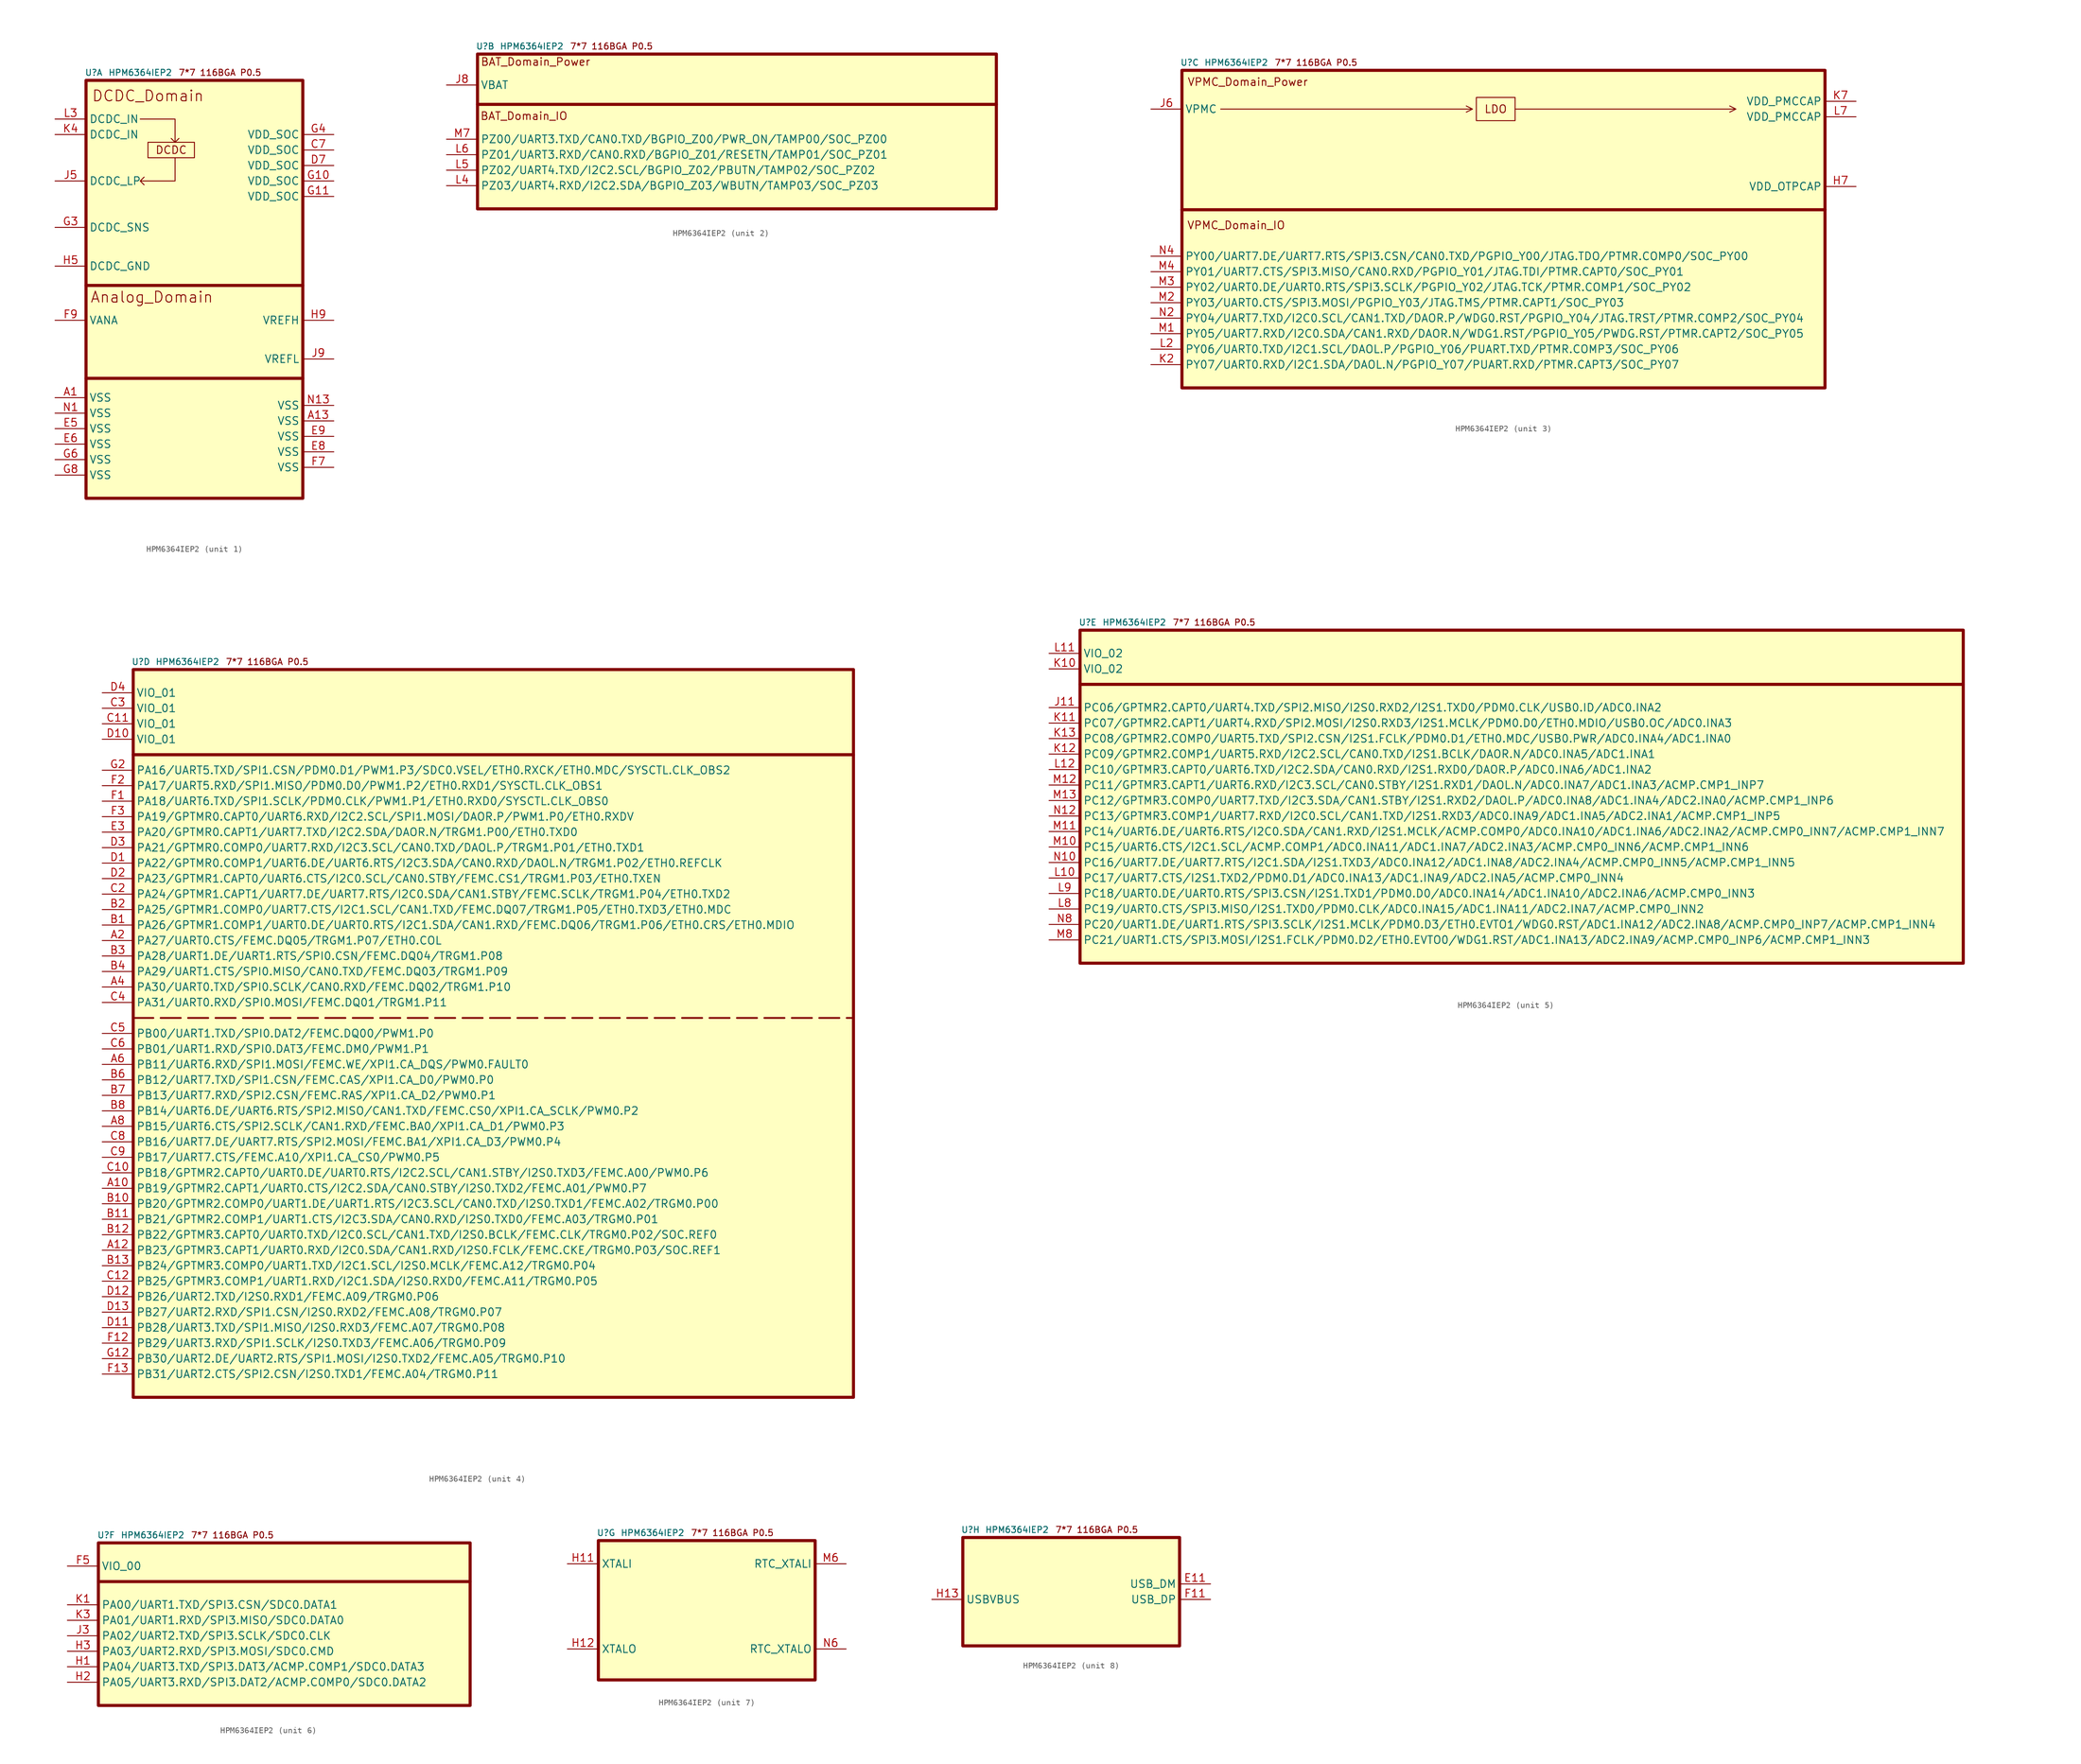
<source format=kicad_sym>
(kicad_symbol_lib
  (version 20220914)
  (generator kicad_symbol_editor)
  (symbol "HPM6364IEP2"
    (property "Reference" "U"
      (at 1.27 1.27 0)
      (effects (font (size 1 1))))
    (property "Value" "HPM6364IEP2"
      (at 8.89 1.27 0)
      (effects (font (size 1 1))))
    (property "ki_locked" ""
      (at 0 0 0)
      (effects (font (size 1.27 1.27))))
    (symbol "HPM6364IEP2_0_0"
      (text " 7*7 116BGA P0.5" (at 21.59 1.27 0) (effects (font (size 1.016 1.016)))))
    (symbol "HPM6364IEP2_1_1"
      (polyline (pts (xy 0 -48.895) (xy 35.56 -48.895)) (stroke (width 0.508) (type default)) (fill (type none)))
      (polyline (pts (xy 0 -33.655) (xy 35.56 -33.655) (xy 35.56 -33.655)) (stroke (width 0.508) (type default)) (fill (type none)))
      (polyline (pts (xy 8.89 -6.35) (xy 14.605 -6.35) (xy 14.605 -10.16) (xy 13.97 -9.525) (xy 14.605 -10.16) (xy 15.24 -9.525)) (stroke (width 0) (type default)) (fill (type none)))
      (polyline (pts (xy 14.605 -12.7) (xy 14.605 -16.51) (xy 8.89 -16.51) (xy 9.525 -15.875) (xy 8.89 -16.51) (xy 9.525 -17.145)) (stroke (width 0) (type default)) (fill (type none)))
      (rectangle (start 0 0) (end 35.56 -68.58) (stroke (width 0.508) (type default)) (fill (type background)))
      (rectangle (start 10.16 -10.16) (end 17.78 -12.7) (stroke (width 0) (type default)) (fill (type none)))
      (text "Analog_Domain" (at 10.795 -35.56 0) (effects (font (size 1.778 1.778))))
      (text "DCDC" (at 13.97 -11.43 0) (effects (font (size 1.27 1.27))))
      (text "DCDC_Domain" (at 10.16 -2.54 0) (effects (font (size 1.778 1.778))))
      (pin power_out line (at -5.08 -52.07 0) (length 5.08) (name "VSS" (effects (font (size 1.27 1.27)))) (number "A1" (effects (font (size 1.27 1.27)))))
      (pin power_out line (at 40.64 -55.88 180) (length 5.08) (name "VSS" (effects (font (size 1.27 1.27)))) (number "A13" (effects (font (size 1.27 1.27)))))
      (pin power_in line (at 40.64 -11.43 180) (length 5.08) (name "VDD_SOC" (effects (font (size 1.27 1.27)))) (number "C7" (effects (font (size 1.27 1.27)))))
      (pin power_in line (at 40.64 -13.97 180) (length 5.08) (name "VDD_SOC" (effects (font (size 1.27 1.27)))) (number "D7" (effects (font (size 1.27 1.27)))))
      (pin power_out line (at -5.08 -57.15 0) (length 5.08) (name "VSS" (effects (font (size 1.27 1.27)))) (number "E5" (effects (font (size 1.27 1.27)))))
      (pin power_out line (at -5.08 -59.69 0) (length 5.08) (name "VSS" (effects (font (size 1.27 1.27)))) (number "E6" (effects (font (size 1.27 1.27)))))
      (pin power_out line (at 40.64 -60.96 180) (length 5.08) (name "VSS" (effects (font (size 1.27 1.27)))) (number "E8" (effects (font (size 1.27 1.27)))))
      (pin power_out line (at 40.64 -58.42 180) (length 5.08) (name "VSS" (effects (font (size 1.27 1.27)))) (number "E9" (effects (font (size 1.27 1.27)))))
      (pin power_out line (at 40.64 -63.5 180) (length 5.08) (name "VSS" (effects (font (size 1.27 1.27)))) (number "F7" (effects (font (size 1.27 1.27)))))
      (pin power_in line (at -5.08 -39.37 0) (length 5.08) (name "VANA" (effects (font (size 1.27 1.27)))) (number "F9" (effects (font (size 1.27 1.27)))))
      (pin power_in line (at 40.64 -16.51 180) (length 5.08) (name "VDD_SOC" (effects (font (size 1.27 1.27)))) (number "G10" (effects (font (size 1.27 1.27)))))
      (pin power_in line (at 40.64 -19.05 180) (length 5.08) (name "VDD_SOC" (effects (font (size 1.27 1.27)))) (number "G11" (effects (font (size 1.27 1.27)))))
      (pin input line (at -5.08 -24.13 0) (length 5.08) (name "DCDC_SNS" (effects (font (size 1.27 1.27)))) (number "G3" (effects (font (size 1.27 1.27)))))
      (pin power_in line (at 40.64 -8.89 180) (length 5.08) (name "VDD_SOC" (effects (font (size 1.27 1.27)))) (number "G4" (effects (font (size 1.27 1.27)))))
      (pin power_out line (at -5.08 -62.23 0) (length 5.08) (name "VSS" (effects (font (size 1.27 1.27)))) (number "G6" (effects (font (size 1.27 1.27)))))
      (pin power_out line (at -5.08 -64.77 0) (length 5.08) (name "VSS" (effects (font (size 1.27 1.27)))) (number "G8" (effects (font (size 1.27 1.27)))))
      (pin power_out line (at -5.08 -30.48 0) (length 5.08) (name "DCDC_GND" (effects (font (size 1.27 1.27)))) (number "H5" (effects (font (size 1.27 1.27)))))
      (pin power_in line (at 40.64 -39.37 180) (length 5.08) (name "VREFH" (effects (font (size 1.27 1.27)))) (number "H9" (effects (font (size 1.27 1.27)))))
      (pin power_out line (at -5.08 -16.51 0) (length 5.08) (name "DCDC_LP" (effects (font (size 1.27 1.27)))) (number "J5" (effects (font (size 1.27 1.27)))))
      (pin power_out line (at 40.64 -45.72 180) (length 5.08) (name "VREFL" (effects (font (size 1.27 1.27)))) (number "J9" (effects (font (size 1.27 1.27)))))
      (pin power_in line (at -5.08 -8.89 0) (length 5.08) (name "DCDC_IN" (effects (font (size 1.27 1.27)))) (number "K4" (effects (font (size 1.27 1.27)))))
      (pin power_in line (at -5.08 -6.35 0) (length 5.08) (name "DCDC_IN" (effects (font (size 1.27 1.27)))) (number "L3" (effects (font (size 1.27 1.27)))))
      (pin power_out line (at -5.08 -54.61 0) (length 5.08) (name "VSS" (effects (font (size 1.27 1.27)))) (number "N1" (effects (font (size 1.27 1.27)))))
      (pin power_out line (at 40.64 -53.34 180) (length 5.08) (name "VSS" (effects (font (size 1.27 1.27)))) (number "N13" (effects (font (size 1.27 1.27))))))
    (symbol "HPM6364IEP2_2_0"
      (polyline (pts (xy 0 -8.255) (xy 85.09 -8.255) (xy 74.295 -8.255)) (stroke (width 0.508) (type default)) (fill (type none))))
    (symbol "HPM6364IEP2_2_1"
      (rectangle (start 0 0) (end 85.09 -25.4) (stroke (width 0.508) (type default)) (fill (type background)))
      (text "BAT_Domain_IO" (at 7.62 -10.16 0) (effects (font (size 1.27 1.27))))
      (text "BAT_Domain_Power" (at 9.525 -1.27 0) (effects (font (size 1.27 1.27))))
      (pin power_in line (at -5.08 -5.08 0) (length 5.08) (name "VBAT" (effects (font (size 1.27 1.27)))) (number "J8" (effects (font (size 1.27 1.27)))))
      (pin bidirectional line (at -5.08 -21.59 0) (length 5.08) (name "PZ03/UART4.RXD/I2C2.SDA/BGPIO_Z03/WBUTN/TAMP03/SOC_PZ03" (effects (font (size 1.27 1.27)))) (number "L4" (effects (font (size 1.27 1.27)))))
      (pin bidirectional line (at -5.08 -19.05 0) (length 5.08) (name "PZ02/UART4.TXD/I2C2.SCL/BGPIO_Z02/PBUTN/TAMP02/SOC_PZ02" (effects (font (size 1.27 1.27)))) (number "L5" (effects (font (size 1.27 1.27)))))
      (pin bidirectional line (at -5.08 -16.51 0) (length 5.08) (name "PZ01/UART3.RXD/CAN0.RXD/BGPIO_Z01/RESETN/TAMP01/SOC_PZ01" (effects (font (size 1.27 1.27)))) (number "L6" (effects (font (size 1.27 1.27)))))
      (pin bidirectional line (at -5.08 -13.97 0) (length 5.08) (name "PZ00/UART3.TXD/CAN0.TXD/BGPIO_Z00/PWR_ON/TAMP00/SOC_PZ00" (effects (font (size 1.27 1.27)))) (number "M7" (effects (font (size 1.27 1.27))))))
    (symbol "HPM6364IEP2_3_0"
      (polyline (pts (xy 0 -22.86) (xy 105.41 -22.86) (xy 57.785 -22.86)) (stroke (width 0.508) (type default)) (fill (type none)))
      (polyline (pts (xy 6.35 -6.35) (xy 47.625 -6.35) (xy 46.609 -5.842) (xy 47.625 -6.35) (xy 46.609 -6.858)) (stroke (width 0) (type default)) (fill (type none)))
      (polyline (pts (xy 54.61 -6.35) (xy 90.805 -6.35) (xy 89.789 -5.842) (xy 90.805 -6.35) (xy 89.789 -6.858)) (stroke (width 0) (type default)) (fill (type none))))
    (symbol "HPM6364IEP2_3_1"
      (rectangle (start 0 0) (end 105.41 -52.07) (stroke (width 0.508) (type default)) (fill (type background)))
      (rectangle (start 48.26 -4.445) (end 54.61 -8.255) (stroke (width 0) (type default)) (fill (type none)))
      (text "LDO" (at 51.435 -6.35 0) (effects (font (size 1.27 1.27))))
      (text "VPMC_Domain_IO" (at 8.89 -25.4 0) (effects (font (size 1.27 1.27))))
      (text "VPMC_Domain_Power" (at 10.795 -1.905 0) (effects (font (size 1.27 1.27))))
      (pin power_out line (at 110.49 -19.05 180) (length 5.08) (name "VDD_OTPCAP" (effects (font (size 1.27 1.27)))) (number "H7" (effects (font (size 1.27 1.27)))))
      (pin power_in line (at -5.08 -6.35 0) (length 5.08) (name "VPMC" (effects (font (size 1.27 1.27)))) (number "J6" (effects (font (size 1.27 1.27)))))
      (pin bidirectional line (at -5.08 -48.26 0) (length 5.08) (name "PY07/UART0.RXD/I2C1.SDA/DAOL.N/PGPIO_Y07/PUART.RXD/PTMR.CAPT3/SOC_PY07" (effects (font (size 1.27 1.27)))) (number "K2" (effects (font (size 1.27 1.27)))))
      (pin power_out line (at 110.49 -5.08 180) (length 5.08) (name "VDD_PMCCAP" (effects (font (size 1.27 1.27)))) (number "K7" (effects (font (size 1.27 1.27)))))
      (pin bidirectional line (at -5.08 -45.72 0) (length 5.08) (name "PY06/UART0.TXD/I2C1.SCL/DAOL.P/PGPIO_Y06/PUART.TXD/PTMR.COMP3/SOC_PY06" (effects (font (size 1.27 1.27)))) (number "L2" (effects (font (size 1.27 1.27)))))
      (pin power_out line (at 110.49 -7.62 180) (length 5.08) (name "VDD_PMCCAP" (effects (font (size 1.27 1.27)))) (number "L7" (effects (font (size 1.27 1.27)))))
      (pin bidirectional line (at -5.08 -43.18 0) (length 5.08) (name "PY05/UART7.RXD/I2C0.SDA/CAN1.RXD/DAOR.N/WDG1.RST/PGPIO_Y05/PWDG.RST/PTMR.CAPT2/SOC_PY05" (effects (font (size 1.27 1.27)))) (number "M1" (effects (font (size 1.27 1.27)))))
      (pin bidirectional line (at -5.08 -38.1 0) (length 5.08) (name "PY03/UART0.CTS/SPI3.MOSI/PGPIO_Y03/JTAG.TMS/PTMR.CAPT1/SOC_PY03" (effects (font (size 1.27 1.27)))) (number "M2" (effects (font (size 1.27 1.27)))))
      (pin bidirectional line (at -5.08 -35.56 0) (length 5.08) (name "PY02/UART0.DE/UART0.RTS/SPI3.SCLK/PGPIO_Y02/JTAG.TCK/PTMR.COMP1/SOC_PY02" (effects (font (size 1.27 1.27)))) (number "M3" (effects (font (size 1.27 1.27)))))
      (pin bidirectional line (at -5.08 -33.02 0) (length 5.08) (name "PY01/UART7.CTS/SPI3.MISO/CAN0.RXD/PGPIO_Y01/JTAG.TDI/PTMR.CAPT0/SOC_PY01" (effects (font (size 1.27 1.27)))) (number "M4" (effects (font (size 1.27 1.27)))))
      (pin bidirectional line (at -5.08 -40.64 0) (length 5.08) (name "PY04/UART7.TXD/I2C0.SCL/CAN1.TXD/DAOR.P/WDG0.RST/PGPIO_Y04/JTAG.TRST/PTMR.COMP2/SOC_PY04" (effects (font (size 1.27 1.27)))) (number "N2" (effects (font (size 1.27 1.27)))))
      (pin bidirectional line (at -5.08 -30.48 0) (length 5.08) (name "PY00/UART7.DE/UART7.RTS/SPI3.CSN/CAN0.TXD/PGPIO_Y00/JTAG.TDO/PTMR.COMP0/SOC_PY00" (effects (font (size 1.27 1.27)))) (number "N4" (effects (font (size 1.27 1.27))))))
    (symbol "HPM6364IEP2_4_1"
      (polyline (pts (xy 0 -57.15) (xy 118.11 -57.15)) (stroke (width 0.3) (type dash)) (fill (type none)))
      (polyline (pts (xy 0 -13.97) (xy 118.11 -13.97) (xy 118.11 -13.97)) (stroke (width 0.508) (type default)) (fill (type none)))
      (rectangle (start 0 0) (end 118.11 -119.38) (stroke (width 0.5) (type default)) (fill (type background)))
      (pin bidirectional line (at -5.08 -85.09 0) (length 5.08) (name "PB19/GPTMR2.CAPT1/UART0.CTS/I2C2.SDA/CAN0.STBY/I2S0.TXD2/FEMC.A01/PWM0.P7" (effects (font (size 1.27 1.27)))) (number "A10" (effects (font (size 1.27 1.27)))))
      (pin bidirectional line (at -5.08 -95.25 0) (length 5.08) (name "PB23/GPTMR3.CAPT1/UART0.RXD/I2C0.SDA/CAN1.RXD/I2S0.FCLK/FEMC.CKE/TRGM0.P03/SOC.REF1" (effects (font (size 1.27 1.27)))) (number "A12" (effects (font (size 1.27 1.27)))))
      (pin bidirectional line (at -5.08 -44.45 0) (length 5.08) (name "PA27/UART0.CTS/FEMC.DQ05/TRGM1.P07/ETH0.COL" (effects (font (size 1.27 1.27)))) (number "A2" (effects (font (size 1.27 1.27)))))
      (pin bidirectional line (at -5.08 -52.07 0) (length 5.08) (name "PA30/UART0.TXD/SPI0.SCLK/CAN0.RXD/FEMC.DQ02/TRGM1.P10" (effects (font (size 1.27 1.27)))) (number "A4" (effects (font (size 1.27 1.27)))))
      (pin bidirectional line (at -5.08 -64.77 0) (length 5.08) (name "PB11/UART6.RXD/SPI1.MOSI/FEMC.WE/XPI1.CA_DQS/PWM0.FAULT0" (effects (font (size 1.27 1.27)))) (number "A6" (effects (font (size 1.27 1.27)))))
      (pin bidirectional line (at -5.08 -74.93 0) (length 5.08) (name "PB15/UART6.CTS/SPI2.SCLK/CAN1.RXD/FEMC.BA0/XPI1.CA_D1/PWM0.P3" (effects (font (size 1.27 1.27)))) (number "A8" (effects (font (size 1.27 1.27)))))
      (pin bidirectional line (at -5.08 -41.91 0) (length 5.08) (name "PA26/GPTMR1.COMP1/UART0.DE/UART0.RTS/I2C1.SDA/CAN1.RXD/FEMC.DQ06/TRGM1.P06/ETH0.CRS/ETH0.MDIO" (effects (font (size 1.27 1.27)))) (number "B1" (effects (font (size 1.27 1.27)))))
      (pin bidirectional line (at -5.08 -87.63 0) (length 5.08) (name "PB20/GPTMR2.COMP0/UART1.DE/UART1.RTS/I2C3.SCL/CAN0.TXD/I2S0.TXD1/FEMC.A02/TRGM0.P00" (effects (font (size 1.27 1.27)))) (number "B10" (effects (font (size 1.27 1.27)))))
      (pin bidirectional line (at -5.08 -90.17 0) (length 5.08) (name "PB21/GPTMR2.COMP1/UART1.CTS/I2C3.SDA/CAN0.RXD/I2S0.TXD0/FEMC.A03/TRGM0.P01" (effects (font (size 1.27 1.27)))) (number "B11" (effects (font (size 1.27 1.27)))))
      (pin bidirectional line (at -5.08 -92.71 0) (length 5.08) (name "PB22/GPTMR3.CAPT0/UART0.TXD/I2C0.SCL/CAN1.TXD/I2S0.BCLK/FEMC.CLK/TRGM0.P02/SOC.REF0" (effects (font (size 1.27 1.27)))) (number "B12" (effects (font (size 1.27 1.27)))))
      (pin bidirectional line (at -5.08 -97.79 0) (length 5.08) (name "PB24/GPTMR3.COMP0/UART1.TXD/I2C1.SCL/I2S0.MCLK/FEMC.A12/TRGM0.P04" (effects (font (size 1.27 1.27)))) (number "B13" (effects (font (size 1.27 1.27)))))
      (pin bidirectional line (at -5.08 -39.37 0) (length 5.08) (name "PA25/GPTMR1.COMP0/UART7.CTS/I2C1.SCL/CAN1.TXD/FEMC.DQ07/TRGM1.P05/ETH0.TXD3/ETH0.MDC" (effects (font (size 1.27 1.27)))) (number "B2" (effects (font (size 1.27 1.27)))))
      (pin bidirectional line (at -5.08 -46.99 0) (length 5.08) (name "PA28/UART1.DE/UART1.RTS/SPI0.CSN/FEMC.DQ04/TRGM1.P08" (effects (font (size 1.27 1.27)))) (number "B3" (effects (font (size 1.27 1.27)))))
      (pin bidirectional line (at -5.08 -49.53 0) (length 5.08) (name "PA29/UART1.CTS/SPI0.MISO/CAN0.TXD/FEMC.DQ03/TRGM1.P09" (effects (font (size 1.27 1.27)))) (number "B4" (effects (font (size 1.27 1.27)))))
      (pin bidirectional line (at -5.08 -67.31 0) (length 5.08) (name "PB12/UART7.TXD/SPI1.CSN/FEMC.CAS/XPI1.CA_D0/PWM0.P0" (effects (font (size 1.27 1.27)))) (number "B6" (effects (font (size 1.27 1.27)))))
      (pin bidirectional line (at -5.08 -69.85 0) (length 5.08) (name "PB13/UART7.RXD/SPI2.CSN/FEMC.RAS/XPI1.CA_D2/PWM0.P1" (effects (font (size 1.27 1.27)))) (number "B7" (effects (font (size 1.27 1.27)))))
      (pin bidirectional line (at -5.08 -72.39 0) (length 5.08) (name "PB14/UART6.DE/UART6.RTS/SPI2.MISO/CAN1.TXD/FEMC.CS0/XPI1.CA_SCLK/PWM0.P2" (effects (font (size 1.27 1.27)))) (number "B8" (effects (font (size 1.27 1.27)))))
      (pin bidirectional line (at -5.08 -82.55 0) (length 5.08) (name "PB18/GPTMR2.CAPT0/UART0.DE/UART0.RTS/I2C2.SCL/CAN1.STBY/I2S0.TXD3/FEMC.A00/PWM0.P6" (effects (font (size 1.27 1.27)))) (number "C10" (effects (font (size 1.27 1.27)))))
      (pin power_in line (at -5.08 -8.89 0) (length 5.08) (name "VIO_01" (effects (font (size 1.27 1.27)))) (number "C11" (effects (font (size 1.27 1.27)))))
      (pin bidirectional line (at -5.08 -100.33 0) (length 5.08) (name "PB25/GPTMR3.COMP1/UART1.RXD/I2C1.SDA/I2S0.RXD0/FEMC.A11/TRGM0.P05" (effects (font (size 1.27 1.27)))) (number "C12" (effects (font (size 1.27 1.27)))))
      (pin bidirectional line (at -5.08 -36.83 0) (length 5.08) (name "PA24/GPTMR1.CAPT1/UART7.DE/UART7.RTS/I2C0.SDA/CAN1.STBY/FEMC.SCLK/TRGM1.P04/ETH0.TXD2" (effects (font (size 1.27 1.27)))) (number "C2" (effects (font (size 1.27 1.27)))))
      (pin power_in line (at -5.08 -6.35 0) (length 5.08) (name "VIO_01" (effects (font (size 1.27 1.27)))) (number "C3" (effects (font (size 1.27 1.27)))))
      (pin bidirectional line (at -5.08 -54.61 0) (length 5.08) (name "PA31/UART0.RXD/SPI0.MOSI/FEMC.DQ01/TRGM1.P11" (effects (font (size 1.27 1.27)))) (number "C4" (effects (font (size 1.27 1.27)))))
      (pin bidirectional line (at -5.08 -59.69 0) (length 5.08) (name "PB00/UART1.TXD/SPI0.DAT2/FEMC.DQ00/PWM1.P0" (effects (font (size 1.27 1.27)))) (number "C5" (effects (font (size 1.27 1.27)))))
      (pin bidirectional line (at -5.08 -62.23 0) (length 5.08) (name "PB01/UART1.RXD/SPI0.DAT3/FEMC.DM0/PWM1.P1" (effects (font (size 1.27 1.27)))) (number "C6" (effects (font (size 1.27 1.27)))))
      (pin bidirectional line (at -5.08 -77.47 0) (length 5.08) (name "PB16/UART7.DE/UART7.RTS/SPI2.MOSI/FEMC.BA1/XPI1.CA_D3/PWM0.P4" (effects (font (size 1.27 1.27)))) (number "C8" (effects (font (size 1.27 1.27)))))
      (pin bidirectional line (at -5.08 -80.01 0) (length 5.08) (name "PB17/UART7.CTS/FEMC.A10/XPI1.CA_CS0/PWM0.P5" (effects (font (size 1.27 1.27)))) (number "C9" (effects (font (size 1.27 1.27)))))
      (pin bidirectional line (at -5.08 -31.75 0) (length 5.08) (name "PA22/GPTMR0.COMP1/UART6.DE/UART6.RTS/I2C3.SDA/CAN0.RXD/DAOL.N/TRGM1.P02/ETH0.REFCLK" (effects (font (size 1.27 1.27)))) (number "D1" (effects (font (size 1.27 1.27)))))
      (pin power_in line (at -5.08 -11.43 0) (length 5.08) (name "VIO_01" (effects (font (size 1.27 1.27)))) (number "D10" (effects (font (size 1.27 1.27)))))
      (pin bidirectional line (at -5.08 -107.95 0) (length 5.08) (name "PB28/UART3.TXD/SPI1.MISO/I2S0.RXD3/FEMC.A07/TRGM0.P08" (effects (font (size 1.27 1.27)))) (number "D11" (effects (font (size 1.27 1.27)))))
      (pin bidirectional line (at -5.08 -102.87 0) (length 5.08) (name "PB26/UART2.TXD/I2S0.RXD1/FEMC.A09/TRGM0.P06" (effects (font (size 1.27 1.27)))) (number "D12" (effects (font (size 1.27 1.27)))))
      (pin bidirectional line (at -5.08 -105.41 0) (length 5.08) (name "PB27/UART2.RXD/SPI1.CSN/I2S0.RXD2/FEMC.A08/TRGM0.P07" (effects (font (size 1.27 1.27)))) (number "D13" (effects (font (size 1.27 1.27)))))
      (pin bidirectional line (at -5.08 -34.29 0) (length 5.08) (name "PA23/GPTMR1.CAPT0/UART6.CTS/I2C0.SCL/CAN0.STBY/FEMC.CS1/TRGM1.P03/ETH0.TXEN" (effects (font (size 1.27 1.27)))) (number "D2" (effects (font (size 1.27 1.27)))))
      (pin bidirectional line (at -5.08 -29.21 0) (length 5.08) (name "PA21/GPTMR0.COMP0/UART7.RXD/I2C3.SCL/CAN0.TXD/DAOL.P/TRGM1.P01/ETH0.TXD1" (effects (font (size 1.27 1.27)))) (number "D3" (effects (font (size 1.27 1.27)))))
      (pin power_in line (at -5.08 -3.81 0) (length 5.08) (name "VIO_01" (effects (font (size 1.27 1.27)))) (number "D4" (effects (font (size 1.27 1.27)))))
      (pin bidirectional line (at -5.08 -26.67 0) (length 5.08) (name "PA20/GPTMR0.CAPT1/UART7.TXD/I2C2.SDA/DAOR.N/TRGM1.P00/ETH0.TXD0" (effects (font (size 1.27 1.27)))) (number "E3" (effects (font (size 1.27 1.27)))))
      (pin bidirectional line (at -5.08 -21.59 0) (length 5.08) (name "PA18/UART6.TXD/SPI1.SCLK/PDM0.CLK/PWM1.P1/ETH0.RXD0/SYSCTL.CLK_OBS0" (effects (font (size 1.27 1.27)))) (number "F1" (effects (font (size 1.27 1.27)))))
      (pin bidirectional line (at -5.08 -110.49 0) (length 5.08) (name "PB29/UART3.RXD/SPI1.SCLK/I2S0.TXD3/FEMC.A06/TRGM0.P09" (effects (font (size 1.27 1.27)))) (number "F12" (effects (font (size 1.27 1.27)))))
      (pin bidirectional line (at -5.08 -115.57 0) (length 5.08) (name "PB31/UART2.CTS/SPI2.CSN/I2S0.TXD1/FEMC.A04/TRGM0.P11" (effects (font (size 1.27 1.27)))) (number "F13" (effects (font (size 1.27 1.27)))))
      (pin bidirectional line (at -5.08 -19.05 0) (length 5.08) (name "PA17/UART5.RXD/SPI1.MISO/PDM0.D0/PWM1.P2/ETH0.RXD1/SYSCTL.CLK_OBS1" (effects (font (size 1.27 1.27)))) (number "F2" (effects (font (size 1.27 1.27)))))
      (pin bidirectional line (at -5.08 -24.13 0) (length 5.08) (name "PA19/GPTMR0.CAPT0/UART6.RXD/I2C2.SCL/SPI1.MOSI/DAOR.P/PWM1.P0/ETH0.RXDV" (effects (font (size 1.27 1.27)))) (number "F3" (effects (font (size 1.27 1.27)))))
      (pin bidirectional line (at -5.08 -113.03 0) (length 5.08) (name "PB30/UART2.DE/UART2.RTS/SPI1.MOSI/I2S0.TXD2/FEMC.A05/TRGM0.P10" (effects (font (size 1.27 1.27)))) (number "G12" (effects (font (size 1.27 1.27)))))
      (pin bidirectional line (at -5.08 -16.51 0) (length 5.08) (name "PA16/UART5.TXD/SPI1.CSN/PDM0.D1/PWM1.P3/SDC0.VSEL/ETH0.RXCK/ETH0.MDC/SYSCTL.CLK_OBS2" (effects (font (size 1.27 1.27)))) (number "G2" (effects (font (size 1.27 1.27))))))
    (symbol "HPM6364IEP2_5_1"
      (polyline (pts (xy 0 -8.89) (xy 144.78 -8.89) (xy 118.11 -8.89)) (stroke (width 0.508) (type default)) (fill (type none)))
      (rectangle (start 0 0) (end 144.78 -54.61) (stroke (width 0.508) (type default)) (fill (type background)))
      (pin bidirectional line (at -5.08 -12.7 0) (length 5.08) (name "PC06/GPTMR2.CAPT0/UART4.TXD/SPI2.MISO/I2S0.RXD2/I2S1.TXD0/PDM0.CLK/USB0.ID/ADC0.INA2" (effects (font (size 1.27 1.27)))) (number "J11" (effects (font (size 1.27 1.27)))))
      (pin power_in line (at -5.08 -6.35 0) (length 5.08) (name "VIO_02" (effects (font (size 1.27 1.27)))) (number "K10" (effects (font (size 1.27 1.27)))))
      (pin bidirectional line (at -5.08 -15.24 0) (length 5.08) (name "PC07/GPTMR2.CAPT1/UART4.RXD/SPI2.MOSI/I2S0.RXD3/I2S1.MCLK/PDM0.D0/ETH0.MDIO/USB0.OC/ADC0.INA3" (effects (font (size 1.27 1.27)))) (number "K11" (effects (font (size 1.27 1.27)))))
      (pin bidirectional line (at -5.08 -20.32 0) (length 5.08) (name "PC09/GPTMR2.COMP1/UART5.RXD/I2C2.SCL/CAN0.TXD/I2S1.BCLK/DAOR.N/ADC0.INA5/ADC1.INA1" (effects (font (size 1.27 1.27)))) (number "K12" (effects (font (size 1.27 1.27)))))
      (pin bidirectional line (at -5.08 -17.78 0) (length 5.08) (name "PC08/GPTMR2.COMP0/UART5.TXD/SPI2.CSN/I2S1.FCLK/PDM0.D1/ETH0.MDC/USB0.PWR/ADC0.INA4/ADC1.INA0" (effects (font (size 1.27 1.27)))) (number "K13" (effects (font (size 1.27 1.27)))))
      (pin bidirectional line (at -5.08 -40.64 0) (length 5.08) (name "PC17/UART7.CTS/I2S1.TXD2/PDM0.D1/ADC0.INA13/ADC1.INA9/ADC2.INA5/ACMP.CMP0_INN4" (effects (font (size 1.27 1.27)))) (number "L10" (effects (font (size 1.27 1.27)))))
      (pin power_in line (at -5.08 -3.81 0) (length 5.08) (name "VIO_02" (effects (font (size 1.27 1.27)))) (number "L11" (effects (font (size 1.27 1.27)))))
      (pin bidirectional line (at -5.08 -22.86 0) (length 5.08) (name "PC10/GPTMR3.CAPT0/UART6.TXD/I2C2.SDA/CAN0.RXD/I2S1.RXD0/DAOR.P/ADC0.INA6/ADC1.INA2" (effects (font (size 1.27 1.27)))) (number "L12" (effects (font (size 1.27 1.27)))))
      (pin bidirectional line (at -5.08 -45.72 0) (length 5.08) (name "PC19/UART0.CTS/SPI3.MISO/I2S1.TXD0/PDM0.CLK/ADC0.INA15/ADC1.INA11/ADC2.INA7/ACMP.CMP0_INN2" (effects (font (size 1.27 1.27)))) (number "L8" (effects (font (size 1.27 1.27)))))
      (pin bidirectional line (at -5.08 -43.18 0) (length 5.08) (name "PC18/UART0.DE/UART0.RTS/SPI3.CSN/I2S1.TXD1/PDM0.D0/ADC0.INA14/ADC1.INA10/ADC2.INA6/ACMP.CMP0_INN3" (effects (font (size 1.27 1.27)))) (number "L9" (effects (font (size 1.27 1.27)))))
      (pin bidirectional line (at -5.08 -35.56 0) (length 5.08) (name "PC15/UART6.CTS/I2C1.SCL/ACMP.COMP1/ADC0.INA11/ADC1.INA7/ADC2.INA3/ACMP.CMP0_INN6/ACMP.CMP1_INN6" (effects (font (size 1.27 1.27)))) (number "M10" (effects (font (size 1.27 1.27)))))
      (pin bidirectional line (at -5.08 -33.02 0) (length 5.08) (name "PC14/UART6.DE/UART6.RTS/I2C0.SDA/CAN1.RXD/I2S1.MCLK/ACMP.COMP0/ADC0.INA10/ADC1.INA6/ADC2.INA2/ACMP.CMP0_INN7/ACMP.CMP1_INN7" (effects (font (size 1.27 1.27)))) (number "M11" (effects (font (size 1.27 1.27)))))
      (pin bidirectional line (at -5.08 -25.4 0) (length 5.08) (name "PC11/GPTMR3.CAPT1/UART6.RXD/I2C3.SCL/CAN0.STBY/I2S1.RXD1/DAOL.N/ADC0.INA7/ADC1.INA3/ACMP.CMP1_INP7" (effects (font (size 1.27 1.27)))) (number "M12" (effects (font (size 1.27 1.27)))))
      (pin bidirectional line (at -5.08 -27.94 0) (length 5.08) (name "PC12/GPTMR3.COMP0/UART7.TXD/I2C3.SDA/CAN1.STBY/I2S1.RXD2/DAOL.P/ADC0.INA8/ADC1.INA4/ADC2.INA0/ACMP.CMP1_INP6" (effects (font (size 1.27 1.27)))) (number "M13" (effects (font (size 1.27 1.27)))))
      (pin bidirectional line (at -5.08 -50.8 0) (length 5.08) (name "PC21/UART1.CTS/SPI3.MOSI/I2S1.FCLK/PDM0.D2/ETH0.EVTO0/WDG1.RST/ADC1.INA13/ADC2.INA9/ACMP.CMP0_INP6/ACMP.CMP1_INN3" (effects (font (size 1.27 1.27)))) (number "M8" (effects (font (size 1.27 1.27)))))
      (pin bidirectional line (at -5.08 -38.1 0) (length 5.08) (name "PC16/UART7.DE/UART7.RTS/I2C1.SDA/I2S1.TXD3/ADC0.INA12/ADC1.INA8/ADC2.INA4/ACMP.CMP0_INN5/ACMP.CMP1_INN5" (effects (font (size 1.27 1.27)))) (number "N10" (effects (font (size 1.27 1.27)))))
      (pin bidirectional line (at -5.08 -30.48 0) (length 5.08) (name "PC13/GPTMR3.COMP1/UART7.RXD/I2C0.SCL/CAN1.TXD/I2S1.RXD3/ADC0.INA9/ADC1.INA5/ADC2.INA1/ACMP.CMP1_INP5" (effects (font (size 1.27 1.27)))) (number "N12" (effects (font (size 1.27 1.27)))))
      (pin bidirectional line (at -5.08 -48.26 0) (length 5.08) (name "PC20/UART1.DE/UART1.RTS/SPI3.SCLK/I2S1.MCLK/PDM0.D3/ETH0.EVTO1/WDG0.RST/ADC1.INA12/ADC2.INA8/ACMP.CMP0_INP7/ACMP.CMP1_INN4" (effects (font (size 1.27 1.27)))) (number "N8" (effects (font (size 1.27 1.27))))))
    (symbol "HPM6364IEP2_6_1"
      (polyline (pts (xy 0 -6.35) (xy 60.96 -6.35)) (stroke (width 0.5) (type default)) (fill (type none)))
      (rectangle (start 0 0) (end 60.96 -26.67) (stroke (width 0.5) (type default)) (fill (type background)))
      (pin power_in line (at -5.08 -3.81 0) (length 5.08) (name "VIO_00" (effects (font (size 1.27 1.27)))) (number "F5" (effects (font (size 1.27 1.27)))))
      (pin bidirectional line (at -5.08 -20.32 0) (length 5.08) (name "PA04/UART3.TXD/SPI3.DAT3/ACMP.COMP1/SDC0.DATA3" (effects (font (size 1.27 1.27)))) (number "H1" (effects (font (size 1.27 1.27)))))
      (pin bidirectional line (at -5.08 -22.86 0) (length 5.08) (name "PA05/UART3.RXD/SPI3.DAT2/ACMP.COMP0/SDC0.DATA2" (effects (font (size 1.27 1.27)))) (number "H2" (effects (font (size 1.27 1.27)))))
      (pin bidirectional line (at -5.08 -17.78 0) (length 5.08) (name "PA03/UART2.RXD/SPI3.MOSI/SDC0.CMD" (effects (font (size 1.27 1.27)))) (number "H3" (effects (font (size 1.27 1.27)))))
      (pin bidirectional line (at -5.08 -15.24 0) (length 5.08) (name "PA02/UART2.TXD/SPI3.SCLK/SDC0.CLK" (effects (font (size 1.27 1.27)))) (number "J3" (effects (font (size 1.27 1.27)))))
      (pin bidirectional line (at -5.08 -10.16 0) (length 5.08) (name "PA00/UART1.TXD/SPI3.CSN/SDC0.DATA1" (effects (font (size 1.27 1.27)))) (number "K1" (effects (font (size 1.27 1.27)))))
      (pin bidirectional line (at -5.08 -12.7 0) (length 5.08) (name "PA01/UART1.RXD/SPI3.MISO/SDC0.DATA0" (effects (font (size 1.27 1.27)))) (number "K3" (effects (font (size 1.27 1.27))))))
    (symbol "HPM6364IEP2_7_1"
      (rectangle (start 0 0) (end 35.56 -22.86) (stroke (width 0.508) (type default)) (fill (type background)))
      (pin input line (at -5.08 -3.81 0) (length 5.08) (name "XTALI" (effects (font (size 1.27 1.27)))) (number "H11" (effects (font (size 1.27 1.27)))))
      (pin output line (at -5.08 -17.78 0) (length 5.08) (name "XTALO" (effects (font (size 1.27 1.27)))) (number "H12" (effects (font (size 1.27 1.27)))))
      (pin input line (at 40.64 -3.81 180) (length 5.08) (name "RTC_XTALI" (effects (font (size 1.27 1.27)))) (number "M6" (effects (font (size 1.27 1.27)))))
      (pin input line (at 40.64 -17.78 180) (length 5.08) (name "RTC_XTALO" (effects (font (size 1.27 1.27)))) (number "N6" (effects (font (size 1.27 1.27))))))
    (symbol "HPM6364IEP2_8_1"
      (rectangle (start 0 0) (end 35.56 -17.78) (stroke (width 0.508) (type default)) (fill (type background)))
      (pin bidirectional line (at 40.64 -7.62 180) (length 5.08) (name "USB_DM" (effects (font (size 1.27 1.27)))) (number "E11" (effects (font (size 1.27 1.27)))))
      (pin bidirectional line (at 40.64 -10.16 180) (length 5.08) (name "USB_DP" (effects (font (size 1.27 1.27)))) (number "F11" (effects (font (size 1.27 1.27)))))
      (pin power_in line (at -5.08 -10.16 0) (length 5.08) (name "USBVBUS" (effects (font (size 1.27 1.27)))) (number "H13" (effects (font (size 1.27 1.27))))))))
</source>
